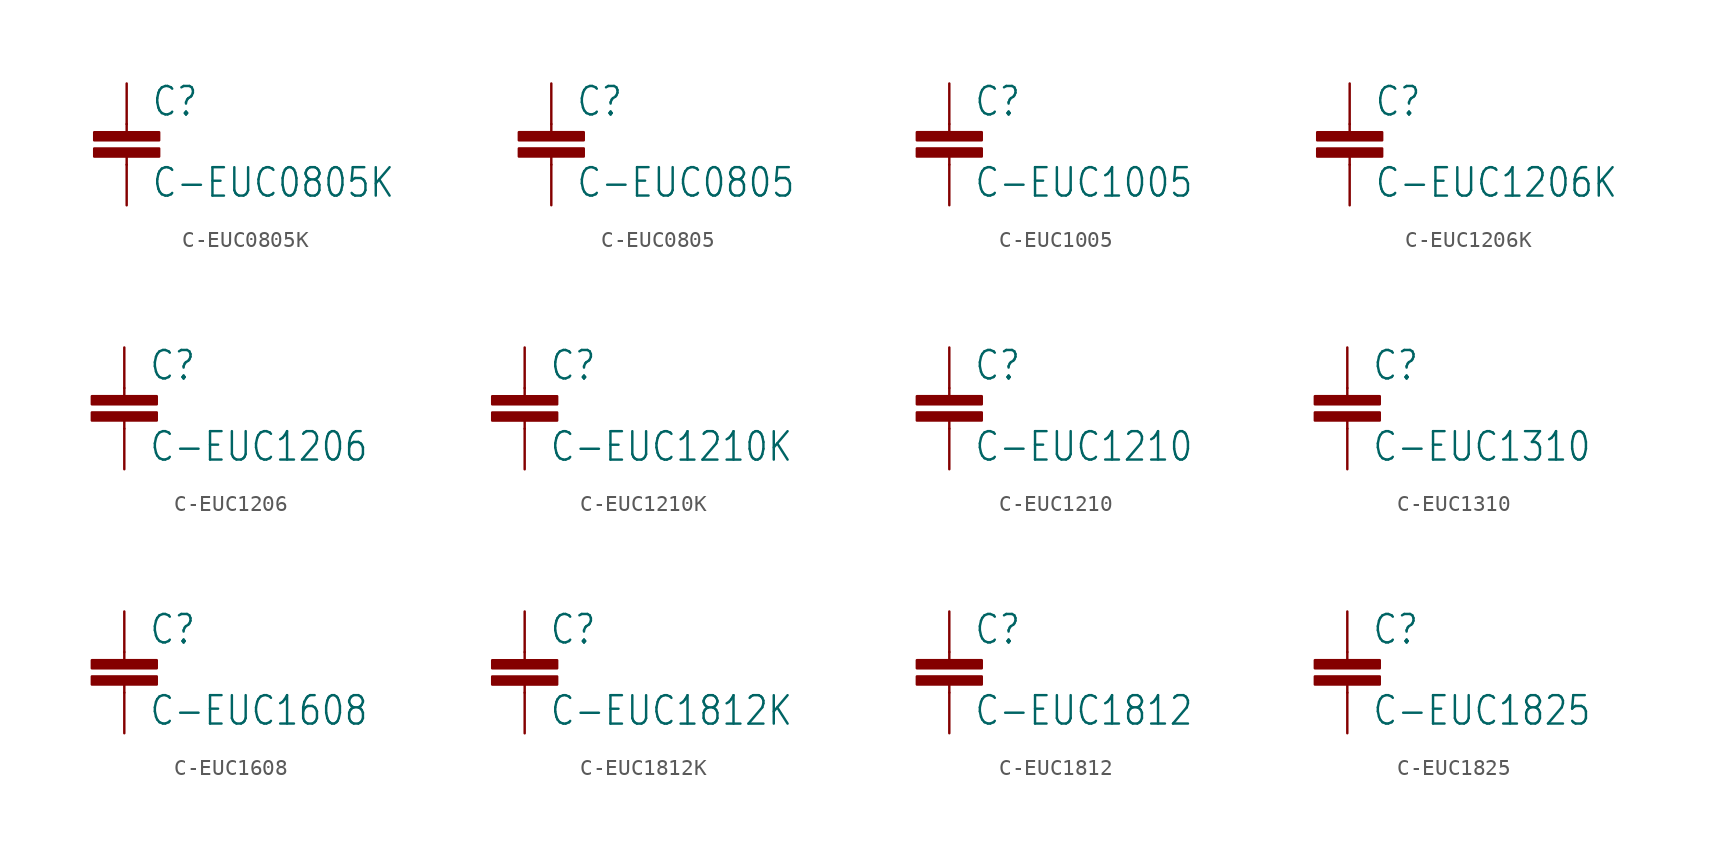
<source format=kicad_sym>
(kicad_symbol_lib
  (version 20201005)
  (generator kicad_symbol_editor)
  (symbol "pirt:C-EUC0805K"
    (property "Reference" "C"
      (at 1.524 0.381 0)
      (effects (font (size 1.778 1.511)) (justify left bottom)))
    (property "Value" "C-EUC0805K"
      (at 1.524 -4.699 0)
      (effects (font (size 1.778 1.511)) (justify left bottom)))
    (property "ki_locked" ""
      (at 0 0 0)
      (effects (font (size 1.27 1.27))))
    (symbol "C-EUC0805K_1_0"
      (rectangle (start -2.032 -2.032) (end 2.032 -1.524) (stroke (width 0)) (fill (type outline)))
      (rectangle (start -2.032 -1.016) (end 2.032 -0.508) (stroke (width 0)) (fill (type outline)))
      (polyline (pts (xy 0 -2.54) (xy 0 -2.032)) (stroke (width 0.152)) (fill (type none)))
      (polyline (pts (xy 0 0) (xy 0 -0.508)) (stroke (width 0.152)) (fill (type none)))
      (pin passive line (at 0 2.54 270) (length 2.54) (name "1" (effects (font (size 0 0)))) (number "1" (effects (font (size 0 0)))))
      (pin passive line (at 0 -5.08 90) (length 2.54) (name "2" (effects (font (size 0 0)))) (number "2" (effects (font (size 0 0)))))))
  (symbol "pirt:C-EUC0805"
    (property "Reference" "C"
      (at 1.524 0.381 0)
      (effects (font (size 1.778 1.511)) (justify left bottom)))
    (property "Value" "C-EUC0805"
      (at 1.524 -4.699 0)
      (effects (font (size 1.778 1.511)) (justify left bottom)))
    (property "ki_locked" ""
      (at 0 0 0)
      (effects (font (size 1.27 1.27))))
    (symbol "C-EUC0805_1_0"
      (rectangle (start -2.032 -2.032) (end 2.032 -1.524) (stroke (width 0)) (fill (type outline)))
      (rectangle (start -2.032 -1.016) (end 2.032 -0.508) (stroke (width 0)) (fill (type outline)))
      (polyline (pts (xy 0 -2.54) (xy 0 -2.032)) (stroke (width 0.152)) (fill (type none)))
      (polyline (pts (xy 0 0) (xy 0 -0.508)) (stroke (width 0.152)) (fill (type none)))
      (pin passive line (at 0 2.54 270) (length 2.54) (name "1" (effects (font (size 0 0)))) (number "1" (effects (font (size 0 0)))))
      (pin passive line (at 0 -5.08 90) (length 2.54) (name "2" (effects (font (size 0 0)))) (number "2" (effects (font (size 0 0)))))))
  (symbol "pirt:C-EUC1005"
    (property "Reference" "C"
      (at 1.524 0.381 0)
      (effects (font (size 1.778 1.511)) (justify left bottom)))
    (property "Value" "C-EUC1005"
      (at 1.524 -4.699 0)
      (effects (font (size 1.778 1.511)) (justify left bottom)))
    (property "ki_locked" ""
      (at 0 0 0)
      (effects (font (size 1.27 1.27))))
    (symbol "C-EUC1005_1_0"
      (rectangle (start -2.032 -2.032) (end 2.032 -1.524) (stroke (width 0)) (fill (type outline)))
      (rectangle (start -2.032 -1.016) (end 2.032 -0.508) (stroke (width 0)) (fill (type outline)))
      (polyline (pts (xy 0 -2.54) (xy 0 -2.032)) (stroke (width 0.152)) (fill (type none)))
      (polyline (pts (xy 0 0) (xy 0 -0.508)) (stroke (width 0.152)) (fill (type none)))
      (pin passive line (at 0 2.54 270) (length 2.54) (name "1" (effects (font (size 0 0)))) (number "1" (effects (font (size 0 0)))))
      (pin passive line (at 0 -5.08 90) (length 2.54) (name "2" (effects (font (size 0 0)))) (number "2" (effects (font (size 0 0)))))))
  (symbol "pirt:C-EUC1206K"
    (property "Reference" "C"
      (at 1.524 0.381 0)
      (effects (font (size 1.778 1.511)) (justify left bottom)))
    (property "Value" "C-EUC1206K"
      (at 1.524 -4.699 0)
      (effects (font (size 1.778 1.511)) (justify left bottom)))
    (property "ki_locked" ""
      (at 0 0 0)
      (effects (font (size 1.27 1.27))))
    (symbol "C-EUC1206K_1_0"
      (rectangle (start -2.032 -2.032) (end 2.032 -1.524) (stroke (width 0)) (fill (type outline)))
      (rectangle (start -2.032 -1.016) (end 2.032 -0.508) (stroke (width 0)) (fill (type outline)))
      (polyline (pts (xy 0 -2.54) (xy 0 -2.032)) (stroke (width 0.152)) (fill (type none)))
      (polyline (pts (xy 0 0) (xy 0 -0.508)) (stroke (width 0.152)) (fill (type none)))
      (pin passive line (at 0 2.54 270) (length 2.54) (name "1" (effects (font (size 0 0)))) (number "1" (effects (font (size 0 0)))))
      (pin passive line (at 0 -5.08 90) (length 2.54) (name "2" (effects (font (size 0 0)))) (number "2" (effects (font (size 0 0)))))))
  (symbol "pirt:C-EUC1206"
    (property "Reference" "C"
      (at 1.524 0.381 0)
      (effects (font (size 1.778 1.511)) (justify left bottom)))
    (property "Value" "C-EUC1206"
      (at 1.524 -4.699 0)
      (effects (font (size 1.778 1.511)) (justify left bottom)))
    (property "ki_locked" ""
      (at 0 0 0)
      (effects (font (size 1.27 1.27))))
    (symbol "C-EUC1206_1_0"
      (rectangle (start -2.032 -2.032) (end 2.032 -1.524) (stroke (width 0)) (fill (type outline)))
      (rectangle (start -2.032 -1.016) (end 2.032 -0.508) (stroke (width 0)) (fill (type outline)))
      (polyline (pts (xy 0 -2.54) (xy 0 -2.032)) (stroke (width 0.152)) (fill (type none)))
      (polyline (pts (xy 0 0) (xy 0 -0.508)) (stroke (width 0.152)) (fill (type none)))
      (pin passive line (at 0 2.54 270) (length 2.54) (name "1" (effects (font (size 0 0)))) (number "1" (effects (font (size 0 0)))))
      (pin passive line (at 0 -5.08 90) (length 2.54) (name "2" (effects (font (size 0 0)))) (number "2" (effects (font (size 0 0)))))))
  (symbol "pirt:C-EUC1210K"
    (property "Reference" "C"
      (at 1.524 0.381 0)
      (effects (font (size 1.778 1.511)) (justify left bottom)))
    (property "Value" "C-EUC1210K"
      (at 1.524 -4.699 0)
      (effects (font (size 1.778 1.511)) (justify left bottom)))
    (property "ki_locked" ""
      (at 0 0 0)
      (effects (font (size 1.27 1.27))))
    (symbol "C-EUC1210K_1_0"
      (rectangle (start -2.032 -2.032) (end 2.032 -1.524) (stroke (width 0)) (fill (type outline)))
      (rectangle (start -2.032 -1.016) (end 2.032 -0.508) (stroke (width 0)) (fill (type outline)))
      (polyline (pts (xy 0 -2.54) (xy 0 -2.032)) (stroke (width 0.152)) (fill (type none)))
      (polyline (pts (xy 0 0) (xy 0 -0.508)) (stroke (width 0.152)) (fill (type none)))
      (pin passive line (at 0 2.54 270) (length 2.54) (name "1" (effects (font (size 0 0)))) (number "1" (effects (font (size 0 0)))))
      (pin passive line (at 0 -5.08 90) (length 2.54) (name "2" (effects (font (size 0 0)))) (number "2" (effects (font (size 0 0)))))))
  (symbol "pirt:C-EUC1210"
    (property "Reference" "C"
      (at 1.524 0.381 0)
      (effects (font (size 1.778 1.511)) (justify left bottom)))
    (property "Value" "C-EUC1210"
      (at 1.524 -4.699 0)
      (effects (font (size 1.778 1.511)) (justify left bottom)))
    (property "ki_locked" ""
      (at 0 0 0)
      (effects (font (size 1.27 1.27))))
    (symbol "C-EUC1210_1_0"
      (rectangle (start -2.032 -2.032) (end 2.032 -1.524) (stroke (width 0)) (fill (type outline)))
      (rectangle (start -2.032 -1.016) (end 2.032 -0.508) (stroke (width 0)) (fill (type outline)))
      (polyline (pts (xy 0 -2.54) (xy 0 -2.032)) (stroke (width 0.152)) (fill (type none)))
      (polyline (pts (xy 0 0) (xy 0 -0.508)) (stroke (width 0.152)) (fill (type none)))
      (pin passive line (at 0 2.54 270) (length 2.54) (name "1" (effects (font (size 0 0)))) (number "1" (effects (font (size 0 0)))))
      (pin passive line (at 0 -5.08 90) (length 2.54) (name "2" (effects (font (size 0 0)))) (number "2" (effects (font (size 0 0)))))))
  (symbol "pirt:C-EUC1310"
    (property "Reference" "C"
      (at 1.524 0.381 0)
      (effects (font (size 1.778 1.511)) (justify left bottom)))
    (property "Value" "C-EUC1310"
      (at 1.524 -4.699 0)
      (effects (font (size 1.778 1.511)) (justify left bottom)))
    (property "ki_locked" ""
      (at 0 0 0)
      (effects (font (size 1.27 1.27))))
    (symbol "C-EUC1310_1_0"
      (rectangle (start -2.032 -2.032) (end 2.032 -1.524) (stroke (width 0)) (fill (type outline)))
      (rectangle (start -2.032 -1.016) (end 2.032 -0.508) (stroke (width 0)) (fill (type outline)))
      (polyline (pts (xy 0 -2.54) (xy 0 -2.032)) (stroke (width 0.152)) (fill (type none)))
      (polyline (pts (xy 0 0) (xy 0 -0.508)) (stroke (width 0.152)) (fill (type none)))
      (pin passive line (at 0 2.54 270) (length 2.54) (name "1" (effects (font (size 0 0)))) (number "1" (effects (font (size 0 0)))))
      (pin passive line (at 0 -5.08 90) (length 2.54) (name "2" (effects (font (size 0 0)))) (number "2" (effects (font (size 0 0)))))))
  (symbol "pirt:C-EUC1608"
    (property "Reference" "C"
      (at 1.524 0.381 0)
      (effects (font (size 1.778 1.511)) (justify left bottom)))
    (property "Value" "C-EUC1608"
      (at 1.524 -4.699 0)
      (effects (font (size 1.778 1.511)) (justify left bottom)))
    (property "ki_locked" ""
      (at 0 0 0)
      (effects (font (size 1.27 1.27))))
    (symbol "C-EUC1608_1_0"
      (rectangle (start -2.032 -2.032) (end 2.032 -1.524) (stroke (width 0)) (fill (type outline)))
      (rectangle (start -2.032 -1.016) (end 2.032 -0.508) (stroke (width 0)) (fill (type outline)))
      (polyline (pts (xy 0 -2.54) (xy 0 -2.032)) (stroke (width 0.152)) (fill (type none)))
      (polyline (pts (xy 0 0) (xy 0 -0.508)) (stroke (width 0.152)) (fill (type none)))
      (pin passive line (at 0 2.54 270) (length 2.54) (name "1" (effects (font (size 0 0)))) (number "1" (effects (font (size 0 0)))))
      (pin passive line (at 0 -5.08 90) (length 2.54) (name "2" (effects (font (size 0 0)))) (number "2" (effects (font (size 0 0)))))))
  (symbol "pirt:C-EUC1812K"
    (property "Reference" "C"
      (at 1.524 0.381 0)
      (effects (font (size 1.778 1.511)) (justify left bottom)))
    (property "Value" "C-EUC1812K"
      (at 1.524 -4.699 0)
      (effects (font (size 1.778 1.511)) (justify left bottom)))
    (property "ki_locked" ""
      (at 0 0 0)
      (effects (font (size 1.27 1.27))))
    (symbol "C-EUC1812K_1_0"
      (rectangle (start -2.032 -2.032) (end 2.032 -1.524) (stroke (width 0)) (fill (type outline)))
      (rectangle (start -2.032 -1.016) (end 2.032 -0.508) (stroke (width 0)) (fill (type outline)))
      (polyline (pts (xy 0 -2.54) (xy 0 -2.032)) (stroke (width 0.152)) (fill (type none)))
      (polyline (pts (xy 0 0) (xy 0 -0.508)) (stroke (width 0.152)) (fill (type none)))
      (pin passive line (at 0 2.54 270) (length 2.54) (name "1" (effects (font (size 0 0)))) (number "1" (effects (font (size 0 0)))))
      (pin passive line (at 0 -5.08 90) (length 2.54) (name "2" (effects (font (size 0 0)))) (number "2" (effects (font (size 0 0)))))))
  (symbol "pirt:C-EUC1812"
    (property "Reference" "C"
      (at 1.524 0.381 0)
      (effects (font (size 1.778 1.511)) (justify left bottom)))
    (property "Value" "C-EUC1812"
      (at 1.524 -4.699 0)
      (effects (font (size 1.778 1.511)) (justify left bottom)))
    (property "ki_locked" ""
      (at 0 0 0)
      (effects (font (size 1.27 1.27))))
    (symbol "C-EUC1812_1_0"
      (rectangle (start -2.032 -2.032) (end 2.032 -1.524) (stroke (width 0)) (fill (type outline)))
      (rectangle (start -2.032 -1.016) (end 2.032 -0.508) (stroke (width 0)) (fill (type outline)))
      (polyline (pts (xy 0 -2.54) (xy 0 -2.032)) (stroke (width 0.152)) (fill (type none)))
      (polyline (pts (xy 0 0) (xy 0 -0.508)) (stroke (width 0.152)) (fill (type none)))
      (pin passive line (at 0 2.54 270) (length 2.54) (name "1" (effects (font (size 0 0)))) (number "1" (effects (font (size 0 0)))))
      (pin passive line (at 0 -5.08 90) (length 2.54) (name "2" (effects (font (size 0 0)))) (number "2" (effects (font (size 0 0)))))))
  (symbol "pirt:C-EUC1825"
    (property "Reference" "C"
      (at 1.524 0.381 0)
      (effects (font (size 1.778 1.511)) (justify left bottom)))
    (property "Value" "C-EUC1825"
      (at 1.524 -4.699 0)
      (effects (font (size 1.778 1.511)) (justify left bottom)))
    (property "ki_locked" ""
      (at 0 0 0)
      (effects (font (size 1.27 1.27))))
    (symbol "C-EUC1825_1_0"
      (rectangle (start -2.032 -2.032) (end 2.032 -1.524) (stroke (width 0)) (fill (type outline)))
      (rectangle (start -2.032 -1.016) (end 2.032 -0.508) (stroke (width 0)) (fill (type outline)))
      (polyline (pts (xy 0 -2.54) (xy 0 -2.032)) (stroke (width 0.152)) (fill (type none)))
      (polyline (pts (xy 0 0) (xy 0 -0.508)) (stroke (width 0.152)) (fill (type none)))
      (pin passive line (at 0 2.54 270) (length 2.54) (name "1" (effects (font (size 0 0)))) (number "1" (effects (font (size 0 0)))))
      (pin passive line (at 0 -5.08 90) (length 2.54) (name "2" (effects (font (size 0 0)))) (number "2" (effects (font (size 0 0))))))))
</source>
